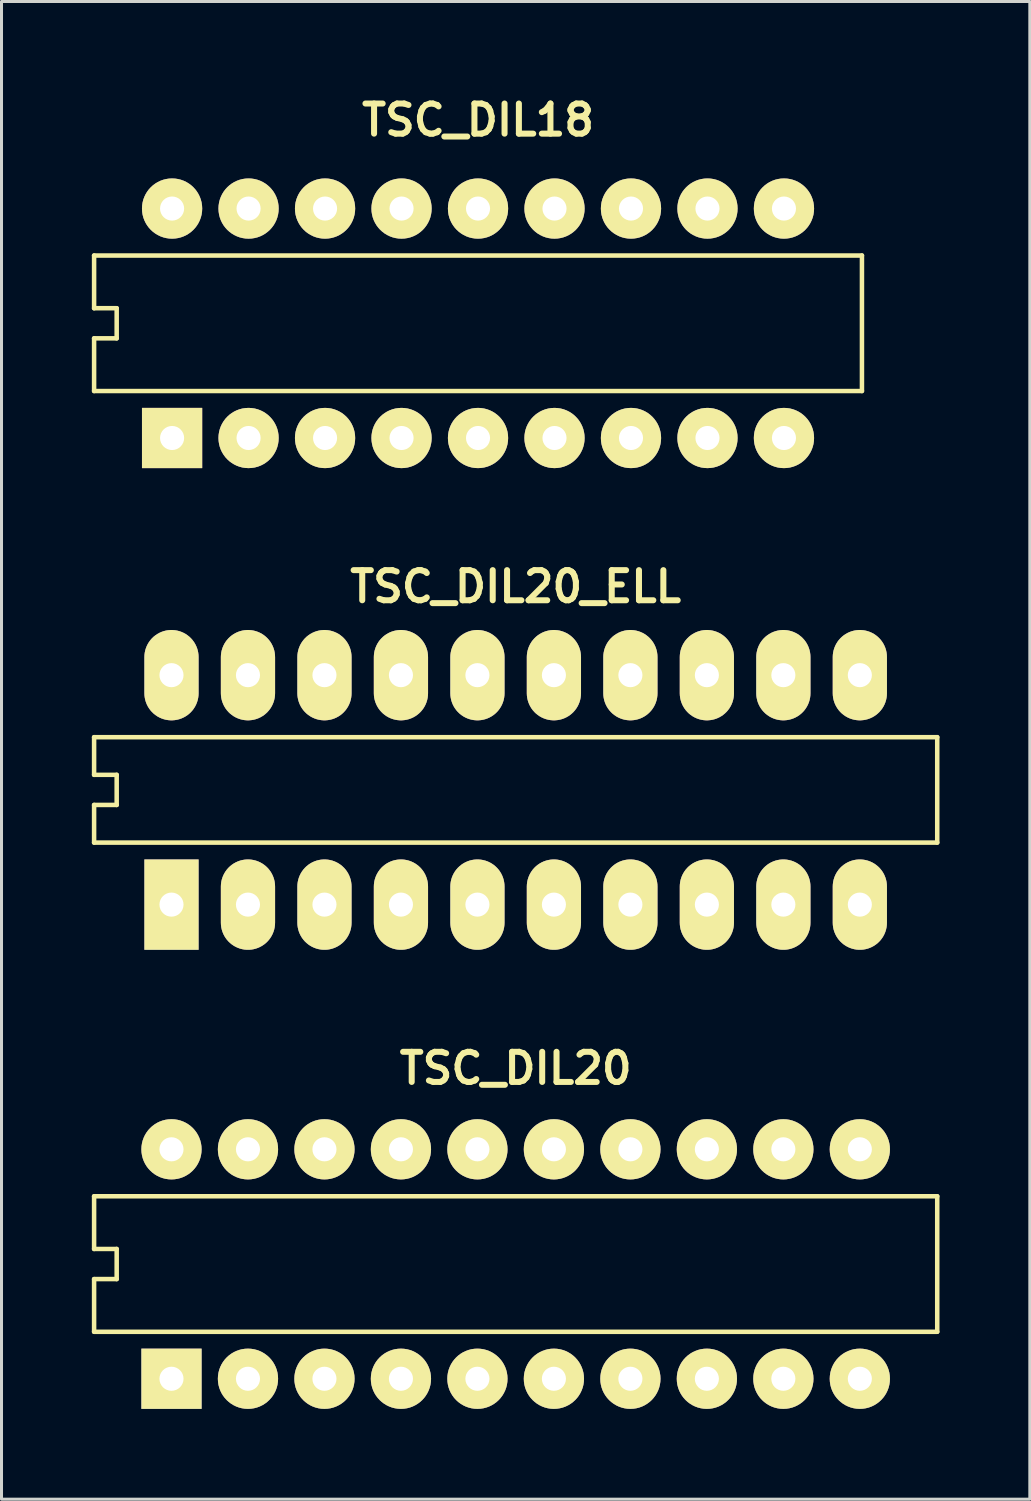
<source format=kicad_pcb>
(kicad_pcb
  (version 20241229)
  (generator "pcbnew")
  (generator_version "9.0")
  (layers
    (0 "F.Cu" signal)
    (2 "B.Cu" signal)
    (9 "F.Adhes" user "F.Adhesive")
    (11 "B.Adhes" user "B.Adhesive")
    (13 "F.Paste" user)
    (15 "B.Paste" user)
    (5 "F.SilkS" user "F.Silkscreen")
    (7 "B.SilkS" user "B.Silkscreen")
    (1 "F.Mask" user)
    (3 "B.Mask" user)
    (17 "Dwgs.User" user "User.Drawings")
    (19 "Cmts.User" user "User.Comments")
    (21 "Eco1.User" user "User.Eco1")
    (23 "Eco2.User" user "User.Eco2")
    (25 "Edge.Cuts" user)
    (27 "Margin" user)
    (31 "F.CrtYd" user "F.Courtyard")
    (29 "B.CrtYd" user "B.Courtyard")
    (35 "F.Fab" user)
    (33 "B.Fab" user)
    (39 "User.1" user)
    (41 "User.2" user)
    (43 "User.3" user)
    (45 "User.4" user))
  (footprint "TSC_DIL18"
    (layer "F.Cu")
    (at 12.825 7.686)
    (property "Reference" "TSC_DIL18" (at 0 -6.75 0) (layer "F.SilkS") (effects (font (size 1 1) (thickness 0.2))))
    (attr through_hole)
    (fp_line (start -12.75 -2.25) (end -12.75 -0.5) (stroke (width 0.15) (type solid)) (layer "F.SilkS"))
    (fp_line (start -12.75 -0.5) (end -12 -0.5) (stroke (width 0.15) (type solid)) (layer "F.SilkS"))
    (fp_line (start -12.75 0.5) (end -12.75 2.25) (stroke (width 0.15) (type solid)) (layer "F.SilkS"))
    (fp_line (start -12.75 2.25) (end 12.75 2.25) (stroke (width 0.15) (type solid)) (layer "F.SilkS"))
    (fp_line (start -12 -0.5) (end -12 0.5) (stroke (width 0.15) (type solid)) (layer "F.SilkS"))
    (fp_line (start -12 0.5) (end -12.75 0.5) (stroke (width 0.15) (type solid)) (layer "F.SilkS"))
    (fp_line (start 12.75 -2.25) (end -12.75 -2.25) (stroke (width 0.15) (type solid)) (layer "F.SilkS"))
    (fp_line (start 12.75 2.25) (end 12.75 -2.25) (stroke (width 0.15) (type solid)) (layer "F.SilkS"))
    (pad "1" thru_hole rect (at -10.16 3.81) (size 2 2) (drill 0.8) (layers "*.Cu" "*.Mask" "F.SilkS"))
    (pad "2" thru_hole circle (at -7.62 3.81) (size 2 2) (drill 0.8) (layers "*.Cu" "*.Mask" "F.SilkS"))
    (pad "3" thru_hole circle (at -5.08 3.81) (size 2 2) (drill 0.8) (layers "*.Cu" "*.Mask" "F.SilkS"))
    (pad "4" thru_hole circle (at -2.54 3.81) (size 2 2) (drill 0.8) (layers "*.Cu" "*.Mask" "F.SilkS"))
    (pad "5" thru_hole circle (at 0 3.81) (size 2 2) (drill 0.8) (layers "*.Cu" "*.Mask" "F.SilkS"))
    (pad "6" thru_hole circle (at 2.54 3.81) (size 2 2) (drill 0.8) (layers "*.Cu" "*.Mask" "F.SilkS"))
    (pad "7" thru_hole circle (at 5.08 3.81) (size 2 2) (drill 0.8) (layers "*.Cu" "*.Mask" "F.SilkS"))
    (pad "8" thru_hole circle (at 7.62 3.81) (size 2 2) (drill 0.8) (layers "*.Cu" "*.Mask" "F.SilkS"))
    (pad "9" thru_hole circle (at 10.16 3.81) (size 2 2) (drill 0.8) (layers "*.Cu" "*.Mask" "F.SilkS"))
    (pad "10" thru_hole circle (at 10.16 -3.81) (size 2 2) (drill 0.8) (layers "*.Cu" "*.Mask" "F.SilkS"))
    (pad "11" thru_hole circle (at 7.62 -3.81) (size 2 2) (drill 0.8) (layers "*.Cu" "*.Mask" "F.SilkS"))
    (pad "12" thru_hole circle (at 5.08 -3.81) (size 2 2) (drill 0.8) (layers "*.Cu" "*.Mask" "F.SilkS"))
    (pad "13" thru_hole circle (at 2.54 -3.81) (size 2 2) (drill 0.8) (layers "*.Cu" "*.Mask" "F.SilkS"))
    (pad "14" thru_hole circle (at 0 -3.81) (size 2 2) (drill 0.8) (layers "*.Cu" "*.Mask" "F.SilkS"))
    (pad "15" thru_hole circle (at -2.54 -3.81) (size 2 2) (drill 0.8) (layers "*.Cu" "*.Mask" "F.SilkS"))
    (pad "16" thru_hole circle (at -5.08 -3.81) (size 2 2) (drill 0.8) (layers "*.Cu" "*.Mask" "F.SilkS"))
    (pad "17" thru_hole circle (at -7.62 -3.81) (size 2 2) (drill 0.8) (layers "*.Cu" "*.Mask" "F.SilkS"))
    (pad "18" thru_hole circle (at -10.16 -3.81) (size 2 2) (drill 0.8) (layers "*.Cu" "*.Mask" "F.SilkS")))
  (footprint "TSC_DIL20_ELL"
    (layer "F.Cu")
    (at 14.075 23.182)
    (property "Reference" "TSC_DIL20_ELL" (at 0 -6.75 0) (layer "F.SilkS") (effects (font (size 1 1) (thickness 0.2))))
    (attr through_hole)
    (fp_line (start -14 -0.5) (end -14 -1.75) (stroke (width 0.15) (type solid)) (layer "F.SilkS"))
    (fp_line (start -14 0.5) (end -13.25 0.5) (stroke (width 0.15) (type solid)) (layer "F.SilkS"))
    (fp_line (start -14 1.75) (end -14 0.5) (stroke (width 0.15) (type solid)) (layer "F.SilkS"))
    (fp_line (start -14 1.75) (end 14 1.75) (stroke (width 0.15) (type solid)) (layer "F.SilkS"))
    (fp_line (start -13.25 -0.5) (end -14 -0.5) (stroke (width 0.15) (type solid)) (layer "F.SilkS"))
    (fp_line (start -13.25 0.5) (end -13.25 -0.5) (stroke (width 0.15) (type solid)) (layer "F.SilkS"))
    (fp_line (start 14 -1.75) (end -14 -1.75) (stroke (width 0.15) (type solid)) (layer "F.SilkS"))
    (fp_line (start 14 1.75) (end 14 -1.75) (stroke (width 0.15) (type solid)) (layer "F.SilkS"))
    (pad "1" thru_hole rect (at -11.43 3.81) (size 1.8 3) (drill 0.8) (layers "*.Cu" "*.Mask" "F.SilkS"))
    (pad "2" thru_hole oval (at -8.89 3.81) (size 1.8 3) (drill 0.8) (layers "*.Cu" "*.Mask" "F.SilkS"))
    (pad "3" thru_hole oval (at -6.35 3.81) (size 1.8 3) (drill 0.8) (layers "*.Cu" "*.Mask" "F.SilkS"))
    (pad "4" thru_hole oval (at -3.81 3.81) (size 1.8 3) (drill 0.8) (layers "*.Cu" "*.Mask" "F.SilkS"))
    (pad "5" thru_hole oval (at -1.27 3.81) (size 1.8 3) (drill 0.8) (layers "*.Cu" "*.Mask" "F.SilkS"))
    (pad "6" thru_hole oval (at 1.27 3.81) (size 1.8 3) (drill 0.8) (layers "*.Cu" "*.Mask" "F.SilkS"))
    (pad "7" thru_hole oval (at 3.81 3.81) (size 1.8 3) (drill 0.8) (layers "*.Cu" "*.Mask" "F.SilkS"))
    (pad "8" thru_hole oval (at 6.35 3.81) (size 1.8 3) (drill 0.8) (layers "*.Cu" "*.Mask" "F.SilkS"))
    (pad "9" thru_hole oval (at 8.89 3.81) (size 1.8 3) (drill 0.8) (layers "*.Cu" "*.Mask" "F.SilkS"))
    (pad "10" thru_hole oval (at 11.43 3.81) (size 1.8 3) (drill 0.8) (layers "*.Cu" "*.Mask" "F.SilkS"))
    (pad "11" thru_hole oval (at 11.43 -3.81) (size 1.8 3) (drill 0.8) (layers "*.Cu" "*.Mask" "F.SilkS"))
    (pad "12" thru_hole oval (at 8.89 -3.81) (size 1.8 3) (drill 0.8) (layers "*.Cu" "*.Mask" "F.SilkS"))
    (pad "13" thru_hole oval (at 6.35 -3.81) (size 1.8 3) (drill 0.8) (layers "*.Cu" "*.Mask" "F.SilkS"))
    (pad "14" thru_hole oval (at 3.81 -3.81) (size 1.8 3) (drill 0.8) (layers "*.Cu" "*.Mask" "F.SilkS"))
    (pad "15" thru_hole oval (at 1.27 -3.81) (size 1.8 3) (drill 0.8) (layers "*.Cu" "*.Mask" "F.SilkS"))
    (pad "16" thru_hole oval (at -1.27 -3.81) (size 1.8 3) (drill 0.8) (layers "*.Cu" "*.Mask" "F.SilkS"))
    (pad "17" thru_hole oval (at -3.81 -3.81) (size 1.8 3) (drill 0.8) (layers "*.Cu" "*.Mask" "F.SilkS"))
    (pad "18" thru_hole oval (at -6.35 -3.81) (size 1.8 3) (drill 0.8) (layers "*.Cu" "*.Mask" "F.SilkS"))
    (pad "19" thru_hole oval (at -8.89 -3.81) (size 1.8 3) (drill 0.8) (layers "*.Cu" "*.Mask" "F.SilkS"))
    (pad "20" thru_hole oval (at -11.43 -3.81) (size 1.8 3) (drill 0.8) (layers "*.Cu" "*.Mask" "F.SilkS")))
  (footprint "TSC_DIL20"
    (layer "F.Cu")
    (at 14.075 38.928)
    (property "Reference" "TSC_DIL20" (at 0 -6.5 0) (layer "F.SilkS") (effects (font (size 1 1) (thickness 0.2))))
    (attr through_hole)
    (fp_line (start -14 -2.25) (end 14 -2.25) (stroke (width 0.15) (type solid)) (layer "F.SilkS"))
    (fp_line (start -14 -0.5) (end -14 -2.25) (stroke (width 0.15) (type solid)) (layer "F.SilkS"))
    (fp_line (start -14 0.5) (end -13.25 0.5) (stroke (width 0.15) (type solid)) (layer "F.SilkS"))
    (fp_line (start -14 2.25) (end -14 0.5) (stroke (width 0.15) (type solid)) (layer "F.SilkS"))
    (fp_line (start -13.25 -0.5) (end -14 -0.5) (stroke (width 0.15) (type solid)) (layer "F.SilkS"))
    (fp_line (start -13.25 0.5) (end -13.25 -0.5) (stroke (width 0.15) (type solid)) (layer "F.SilkS"))
    (fp_line (start 14 -2.25) (end 14 2.25) (stroke (width 0.15) (type solid)) (layer "F.SilkS"))
    (fp_line (start 14 2.25) (end -14 2.25) (stroke (width 0.15) (type solid)) (layer "F.SilkS"))
    (pad "1" thru_hole rect (at -11.43 3.81) (size 2 2) (drill 0.8) (layers "*.Cu" "*.Mask" "F.SilkS"))
    (pad "2" thru_hole circle (at -8.89 3.81) (size 2 2) (drill 0.8) (layers "*.Cu" "*.Mask" "F.SilkS"))
    (pad "3" thru_hole circle (at -6.35 3.81) (size 2 2) (drill 0.8) (layers "*.Cu" "*.Mask" "F.SilkS"))
    (pad "4" thru_hole circle (at -3.81 3.81) (size 2 2) (drill 0.8) (layers "*.Cu" "*.Mask" "F.SilkS"))
    (pad "5" thru_hole circle (at -1.27 3.81) (size 2 2) (drill 0.8) (layers "*.Cu" "*.Mask" "F.SilkS"))
    (pad "6" thru_hole circle (at 1.27 3.81) (size 2 2) (drill 0.8) (layers "*.Cu" "*.Mask" "F.SilkS"))
    (pad "7" thru_hole circle (at 3.81 3.81) (size 2 2) (drill 0.8) (layers "*.Cu" "*.Mask" "F.SilkS"))
    (pad "8" thru_hole circle (at 6.35 3.81) (size 2 2) (drill 0.8) (layers "*.Cu" "*.Mask" "F.SilkS"))
    (pad "9" thru_hole circle (at 8.89 3.81) (size 2 2) (drill 0.8) (layers "*.Cu" "*.Mask" "F.SilkS"))
    (pad "10" thru_hole circle (at 11.43 3.81) (size 2 2) (drill 0.8) (layers "*.Cu" "*.Mask" "F.SilkS"))
    (pad "11" thru_hole circle (at 11.43 -3.81) (size 2 2) (drill 0.8) (layers "*.Cu" "*.Mask" "F.SilkS"))
    (pad "12" thru_hole circle (at 8.89 -3.81) (size 2 2) (drill 0.8) (layers "*.Cu" "*.Mask" "F.SilkS"))
    (pad "13" thru_hole circle (at 6.35 -3.81) (size 2 2) (drill 0.8) (layers "*.Cu" "*.Mask" "F.SilkS"))
    (pad "14" thru_hole circle (at 3.81 -3.81) (size 2 2) (drill 0.8) (layers "*.Cu" "*.Mask" "F.SilkS"))
    (pad "15" thru_hole circle (at 1.27 -3.81) (size 2 2) (drill 0.8) (layers "*.Cu" "*.Mask" "F.SilkS"))
    (pad "16" thru_hole circle (at -1.27 -3.81) (size 2 2) (drill 0.8) (layers "*.Cu" "*.Mask" "F.SilkS"))
    (pad "17" thru_hole circle (at -3.81 -3.81) (size 2 2) (drill 0.8) (layers "*.Cu" "*.Mask" "F.SilkS"))
    (pad "18" thru_hole circle (at -6.35 -3.81) (size 2 2) (drill 0.8) (layers "*.Cu" "*.Mask" "F.SilkS"))
    (pad "19" thru_hole circle (at -8.89 -3.81) (size 2 2) (drill 0.8) (layers "*.Cu" "*.Mask" "F.SilkS"))
    (pad "20" thru_hole circle (at -11.43 -3.81) (size 2 2) (drill 0.8) (layers "*.Cu" "*.Mask" "F.SilkS")))
  (gr_rect
    (start -3 -3)
    (end 31.15 46.738)
    (stroke (width 0.1) (type default))
    (fill no)
    (layer "Edge.Cuts")))
</source>
